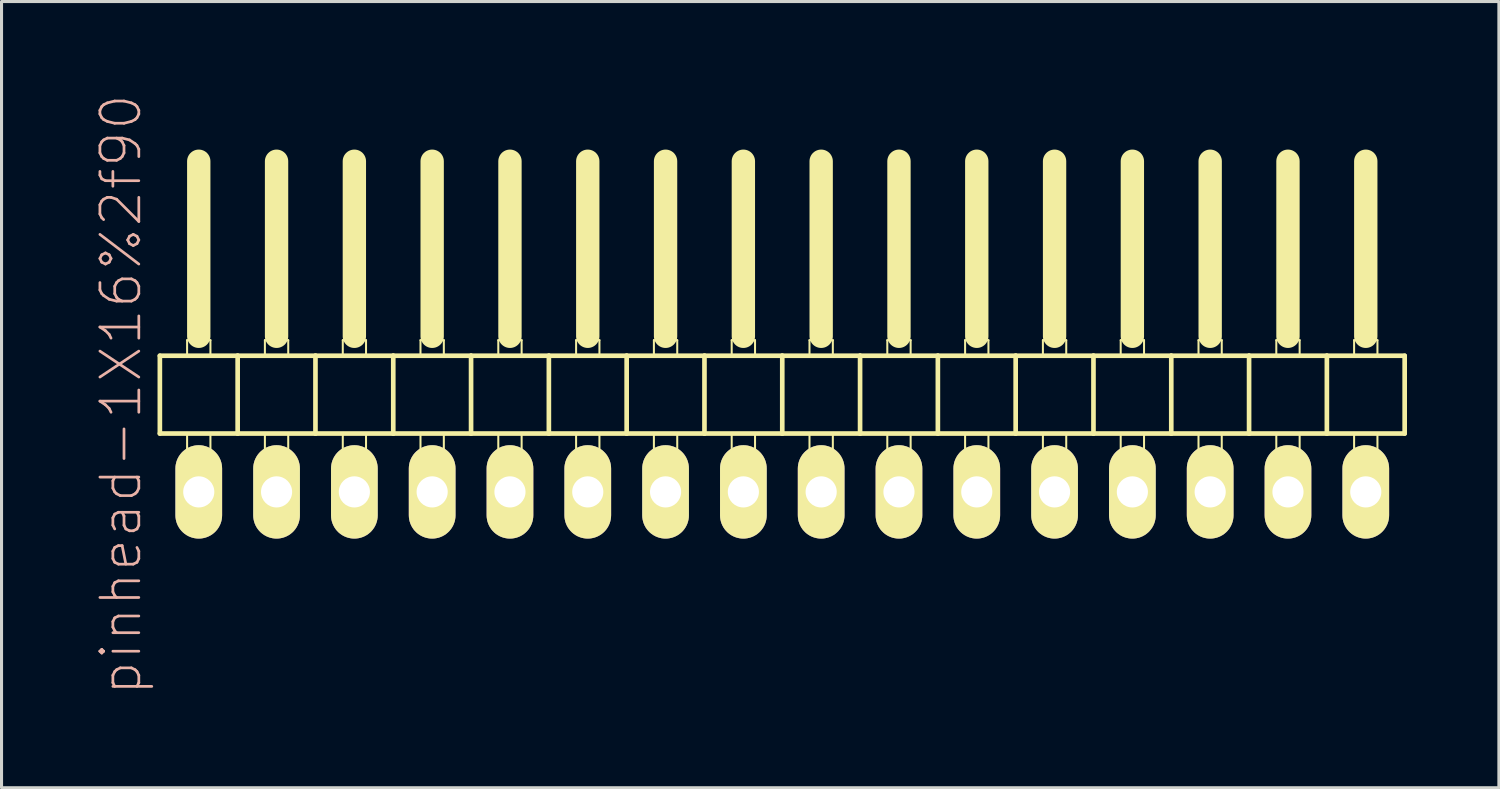
<source format=kicad_pcb>
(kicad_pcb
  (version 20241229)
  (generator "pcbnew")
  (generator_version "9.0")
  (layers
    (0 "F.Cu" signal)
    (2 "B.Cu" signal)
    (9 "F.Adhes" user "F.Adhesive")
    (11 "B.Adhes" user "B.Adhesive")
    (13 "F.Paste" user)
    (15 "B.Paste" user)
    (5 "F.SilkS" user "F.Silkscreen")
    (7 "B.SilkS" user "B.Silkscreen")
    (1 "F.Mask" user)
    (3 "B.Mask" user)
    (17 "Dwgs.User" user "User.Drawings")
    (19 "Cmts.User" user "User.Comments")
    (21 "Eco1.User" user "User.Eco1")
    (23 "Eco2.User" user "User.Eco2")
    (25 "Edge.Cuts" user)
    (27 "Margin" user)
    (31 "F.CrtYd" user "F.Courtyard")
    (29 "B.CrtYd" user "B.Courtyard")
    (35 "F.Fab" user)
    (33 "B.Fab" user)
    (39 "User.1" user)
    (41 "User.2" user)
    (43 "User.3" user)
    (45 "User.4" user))
  (footprint "pinhead-1X16%2f90"
    (layer "F.Cu")
    (at 22.489 9.199)
    (property "Reference" "pinhead-1X16%2f90" (at -21.59 0.635 90) (layer "B.SilkS") (effects (font (size 1.27 1.27) (thickness 0.089))))
    (attr exclude_from_pos_files exclude_from_bom)
    (fp_line (start -20.32 -0.635) (end -20.32 1.905) (stroke (width 0.152) (type solid)) (layer "F.SilkS"))
    (fp_line (start -20.32 1.905) (end -17.78 1.905) (stroke (width 0.152) (type solid)) (layer "F.SilkS"))
    (fp_line (start -19.431 -1.143) (end -18.669 -1.143) (stroke (width 0.066) (type solid)) (layer "F.SilkS"))
    (fp_line (start -19.431 -0.635) (end -19.431 -1.143) (stroke (width 0.066) (type solid)) (layer "F.SilkS"))
    (fp_line (start -19.431 -0.635) (end -18.669 -0.635) (stroke (width 0.066) (type solid)) (layer "F.SilkS"))
    (fp_line (start -19.431 1.905) (end -18.669 1.905) (stroke (width 0.066) (type solid)) (layer "F.SilkS"))
    (fp_line (start -19.431 2.921) (end -19.431 1.905) (stroke (width 0.066) (type solid)) (layer "F.SilkS"))
    (fp_line (start -19.431 2.921) (end -18.669 2.921) (stroke (width 0.066) (type solid)) (layer "F.SilkS"))
    (fp_line (start -19.05 -6.985) (end -19.05 -1.27) (stroke (width 0.762) (type solid)) (layer "F.SilkS"))
    (fp_line (start -18.669 -0.635) (end -18.669 -1.143) (stroke (width 0.066) (type solid)) (layer "F.SilkS"))
    (fp_line (start -18.669 2.921) (end -18.669 1.905) (stroke (width 0.066) (type solid)) (layer "F.SilkS"))
    (fp_line (start -17.78 -0.635) (end -20.32 -0.635) (stroke (width 0.152) (type solid)) (layer "F.SilkS"))
    (fp_line (start -17.78 1.905) (end -17.78 -0.635) (stroke (width 0.152) (type solid)) (layer "F.SilkS"))
    (fp_line (start -17.78 1.905) (end -15.24 1.905) (stroke (width 0.152) (type solid)) (layer "F.SilkS"))
    (fp_line (start -16.891 -1.143) (end -16.129 -1.143) (stroke (width 0.066) (type solid)) (layer "F.SilkS"))
    (fp_line (start -16.891 -0.635) (end -16.891 -1.143) (stroke (width 0.066) (type solid)) (layer "F.SilkS"))
    (fp_line (start -16.891 -0.635) (end -16.129 -0.635) (stroke (width 0.066) (type solid)) (layer "F.SilkS"))
    (fp_line (start -16.891 1.905) (end -16.129 1.905) (stroke (width 0.066) (type solid)) (layer "F.SilkS"))
    (fp_line (start -16.891 2.921) (end -16.891 1.905) (stroke (width 0.066) (type solid)) (layer "F.SilkS"))
    (fp_line (start -16.891 2.921) (end -16.129 2.921) (stroke (width 0.066) (type solid)) (layer "F.SilkS"))
    (fp_line (start -16.51 -6.985) (end -16.51 -1.27) (stroke (width 0.762) (type solid)) (layer "F.SilkS"))
    (fp_line (start -16.129 -0.635) (end -16.129 -1.143) (stroke (width 0.066) (type solid)) (layer "F.SilkS"))
    (fp_line (start -16.129 2.921) (end -16.129 1.905) (stroke (width 0.066) (type solid)) (layer "F.SilkS"))
    (fp_line (start -15.24 -0.635) (end -17.78 -0.635) (stroke (width 0.152) (type solid)) (layer "F.SilkS"))
    (fp_line (start -15.24 1.905) (end -15.24 -0.635) (stroke (width 0.152) (type solid)) (layer "F.SilkS"))
    (fp_line (start -15.24 1.905) (end -12.7 1.905) (stroke (width 0.152) (type solid)) (layer "F.SilkS"))
    (fp_line (start -14.348 -1.143) (end -13.589 -1.143) (stroke (width 0.066) (type solid)) (layer "F.SilkS"))
    (fp_line (start -14.348 -0.635) (end -14.348 -1.143) (stroke (width 0.066) (type solid)) (layer "F.SilkS"))
    (fp_line (start -14.348 -0.635) (end -13.589 -0.635) (stroke (width 0.066) (type solid)) (layer "F.SilkS"))
    (fp_line (start -14.348 1.905) (end -13.589 1.905) (stroke (width 0.066) (type solid)) (layer "F.SilkS"))
    (fp_line (start -14.348 2.921) (end -14.348 1.905) (stroke (width 0.066) (type solid)) (layer "F.SilkS"))
    (fp_line (start -14.348 2.921) (end -13.589 2.921) (stroke (width 0.066) (type solid)) (layer "F.SilkS"))
    (fp_line (start -13.97 -6.985) (end -13.97 -1.27) (stroke (width 0.762) (type solid)) (layer "F.SilkS"))
    (fp_line (start -13.589 -0.635) (end -13.589 -1.143) (stroke (width 0.066) (type solid)) (layer "F.SilkS"))
    (fp_line (start -13.589 2.921) (end -13.589 1.905) (stroke (width 0.066) (type solid)) (layer "F.SilkS"))
    (fp_line (start -12.7 -0.635) (end -15.24 -0.635) (stroke (width 0.152) (type solid)) (layer "F.SilkS"))
    (fp_line (start -12.7 1.905) (end -12.7 -0.635) (stroke (width 0.152) (type solid)) (layer "F.SilkS"))
    (fp_line (start -12.7 1.905) (end -10.16 1.905) (stroke (width 0.152) (type solid)) (layer "F.SilkS"))
    (fp_line (start -11.811 -1.143) (end -11.049 -1.143) (stroke (width 0.066) (type solid)) (layer "F.SilkS"))
    (fp_line (start -11.811 -0.635) (end -11.811 -1.143) (stroke (width 0.066) (type solid)) (layer "F.SilkS"))
    (fp_line (start -11.811 -0.635) (end -11.049 -0.635) (stroke (width 0.066) (type solid)) (layer "F.SilkS"))
    (fp_line (start -11.811 1.905) (end -11.049 1.905) (stroke (width 0.066) (type solid)) (layer "F.SilkS"))
    (fp_line (start -11.811 2.921) (end -11.811 1.905) (stroke (width 0.066) (type solid)) (layer "F.SilkS"))
    (fp_line (start -11.811 2.921) (end -11.049 2.921) (stroke (width 0.066) (type solid)) (layer "F.SilkS"))
    (fp_line (start -11.43 -6.985) (end -11.43 -1.27) (stroke (width 0.762) (type solid)) (layer "F.SilkS"))
    (fp_line (start -11.049 -0.635) (end -11.049 -1.143) (stroke (width 0.066) (type solid)) (layer "F.SilkS"))
    (fp_line (start -11.049 2.921) (end -11.049 1.905) (stroke (width 0.066) (type solid)) (layer "F.SilkS"))
    (fp_line (start -10.16 -0.635) (end -12.7 -0.635) (stroke (width 0.152) (type solid)) (layer "F.SilkS"))
    (fp_line (start -10.16 1.905) (end -10.16 -0.635) (stroke (width 0.152) (type solid)) (layer "F.SilkS"))
    (fp_line (start -10.16 1.905) (end -7.62 1.905) (stroke (width 0.152) (type solid)) (layer "F.SilkS"))
    (fp_line (start -9.271 -1.143) (end -8.509 -1.143) (stroke (width 0.066) (type solid)) (layer "F.SilkS"))
    (fp_line (start -9.271 -0.635) (end -9.271 -1.143) (stroke (width 0.066) (type solid)) (layer "F.SilkS"))
    (fp_line (start -9.271 -0.635) (end -8.509 -0.635) (stroke (width 0.066) (type solid)) (layer "F.SilkS"))
    (fp_line (start -9.271 1.905) (end -8.509 1.905) (stroke (width 0.066) (type solid)) (layer "F.SilkS"))
    (fp_line (start -9.271 2.921) (end -9.271 1.905) (stroke (width 0.066) (type solid)) (layer "F.SilkS"))
    (fp_line (start -9.271 2.921) (end -8.509 2.921) (stroke (width 0.066) (type solid)) (layer "F.SilkS"))
    (fp_line (start -8.89 -6.985) (end -8.89 -1.27) (stroke (width 0.762) (type solid)) (layer "F.SilkS"))
    (fp_line (start -8.509 -0.635) (end -8.509 -1.143) (stroke (width 0.066) (type solid)) (layer "F.SilkS"))
    (fp_line (start -8.509 2.921) (end -8.509 1.905) (stroke (width 0.066) (type solid)) (layer "F.SilkS"))
    (fp_line (start -7.62 -0.635) (end -10.16 -0.635) (stroke (width 0.152) (type solid)) (layer "F.SilkS"))
    (fp_line (start -7.62 1.905) (end -7.62 -0.635) (stroke (width 0.152) (type solid)) (layer "F.SilkS"))
    (fp_line (start -7.62 1.905) (end -5.08 1.905) (stroke (width 0.152) (type solid)) (layer "F.SilkS"))
    (fp_line (start -6.731 -1.143) (end -5.969 -1.143) (stroke (width 0.066) (type solid)) (layer "F.SilkS"))
    (fp_line (start -6.731 -0.635) (end -6.731 -1.143) (stroke (width 0.066) (type solid)) (layer "F.SilkS"))
    (fp_line (start -6.731 -0.635) (end -5.969 -0.635) (stroke (width 0.066) (type solid)) (layer "F.SilkS"))
    (fp_line (start -6.731 1.905) (end -5.969 1.905) (stroke (width 0.066) (type solid)) (layer "F.SilkS"))
    (fp_line (start -6.731 2.921) (end -6.731 1.905) (stroke (width 0.066) (type solid)) (layer "F.SilkS"))
    (fp_line (start -6.731 2.921) (end -5.969 2.921) (stroke (width 0.066) (type solid)) (layer "F.SilkS"))
    (fp_line (start -6.35 -6.985) (end -6.35 -1.27) (stroke (width 0.762) (type solid)) (layer "F.SilkS"))
    (fp_line (start -5.969 -0.635) (end -5.969 -1.143) (stroke (width 0.066) (type solid)) (layer "F.SilkS"))
    (fp_line (start -5.969 2.921) (end -5.969 1.905) (stroke (width 0.066) (type solid)) (layer "F.SilkS"))
    (fp_line (start -5.08 -0.635) (end -7.62 -0.635) (stroke (width 0.152) (type solid)) (layer "F.SilkS"))
    (fp_line (start -5.08 1.905) (end -5.08 -0.635) (stroke (width 0.152) (type solid)) (layer "F.SilkS"))
    (fp_line (start -5.08 1.905) (end -2.54 1.905) (stroke (width 0.152) (type solid)) (layer "F.SilkS"))
    (fp_line (start -4.191 -1.143) (end -3.429 -1.143) (stroke (width 0.066) (type solid)) (layer "F.SilkS"))
    (fp_line (start -4.191 -0.635) (end -4.191 -1.143) (stroke (width 0.066) (type solid)) (layer "F.SilkS"))
    (fp_line (start -4.191 -0.635) (end -3.429 -0.635) (stroke (width 0.066) (type solid)) (layer "F.SilkS"))
    (fp_line (start -4.191 1.905) (end -3.429 1.905) (stroke (width 0.066) (type solid)) (layer "F.SilkS"))
    (fp_line (start -4.191 2.921) (end -4.191 1.905) (stroke (width 0.066) (type solid)) (layer "F.SilkS"))
    (fp_line (start -4.191 2.921) (end -3.429 2.921) (stroke (width 0.066) (type solid)) (layer "F.SilkS"))
    (fp_line (start -3.81 -6.985) (end -3.81 -1.27) (stroke (width 0.762) (type solid)) (layer "F.SilkS"))
    (fp_line (start -3.429 -0.635) (end -3.429 -1.143) (stroke (width 0.066) (type solid)) (layer "F.SilkS"))
    (fp_line (start -3.429 2.921) (end -3.429 1.905) (stroke (width 0.066) (type solid)) (layer "F.SilkS"))
    (fp_line (start -2.54 -0.635) (end -5.08 -0.635) (stroke (width 0.152) (type solid)) (layer "F.SilkS"))
    (fp_line (start -2.54 1.905) (end -2.54 -0.635) (stroke (width 0.152) (type solid)) (layer "F.SilkS"))
    (fp_line (start -2.54 1.905) (end 0 1.905) (stroke (width 0.152) (type solid)) (layer "F.SilkS"))
    (fp_line (start -1.651 -1.143) (end -0.889 -1.143) (stroke (width 0.066) (type solid)) (layer "F.SilkS"))
    (fp_line (start -1.651 -0.635) (end -1.651 -1.143) (stroke (width 0.066) (type solid)) (layer "F.SilkS"))
    (fp_line (start -1.651 -0.635) (end -0.889 -0.635) (stroke (width 0.066) (type solid)) (layer "F.SilkS"))
    (fp_line (start -1.651 1.905) (end -0.889 1.905) (stroke (width 0.066) (type solid)) (layer "F.SilkS"))
    (fp_line (start -1.651 2.921) (end -1.651 1.905) (stroke (width 0.066) (type solid)) (layer "F.SilkS"))
    (fp_line (start -1.651 2.921) (end -0.889 2.921) (stroke (width 0.066) (type solid)) (layer "F.SilkS"))
    (fp_line (start -1.27 -6.985) (end -1.27 -1.27) (stroke (width 0.762) (type solid)) (layer "F.SilkS"))
    (fp_line (start -0.889 -0.635) (end -0.889 -1.143) (stroke (width 0.066) (type solid)) (layer "F.SilkS"))
    (fp_line (start -0.889 2.921) (end -0.889 1.905) (stroke (width 0.066) (type solid)) (layer "F.SilkS"))
    (fp_line (start 0 -0.635) (end -2.54 -0.635) (stroke (width 0.152) (type solid)) (layer "F.SilkS"))
    (fp_line (start 0 1.905) (end 0 -0.635) (stroke (width 0.152) (type solid)) (layer "F.SilkS"))
    (fp_line (start 0 1.905) (end 2.54 1.905) (stroke (width 0.152) (type solid)) (layer "F.SilkS"))
    (fp_line (start 0.889 -1.143) (end 1.651 -1.143) (stroke (width 0.066) (type solid)) (layer "F.SilkS"))
    (fp_line (start 0.889 -0.635) (end 0.889 -1.143) (stroke (width 0.066) (type solid)) (layer "F.SilkS"))
    (fp_line (start 0.889 -0.635) (end 1.651 -0.635) (stroke (width 0.066) (type solid)) (layer "F.SilkS"))
    (fp_line (start 0.889 1.905) (end 1.651 1.905) (stroke (width 0.066) (type solid)) (layer "F.SilkS"))
    (fp_line (start 0.889 2.921) (end 0.889 1.905) (stroke (width 0.066) (type solid)) (layer "F.SilkS"))
    (fp_line (start 0.889 2.921) (end 1.651 2.921) (stroke (width 0.066) (type solid)) (layer "F.SilkS"))
    (fp_line (start 1.27 -6.985) (end 1.27 -1.27) (stroke (width 0.762) (type solid)) (layer "F.SilkS"))
    (fp_line (start 1.651 -0.635) (end 1.651 -1.143) (stroke (width 0.066) (type solid)) (layer "F.SilkS"))
    (fp_line (start 1.651 2.921) (end 1.651 1.905) (stroke (width 0.066) (type solid)) (layer "F.SilkS"))
    (fp_line (start 2.54 -0.635) (end 0 -0.635) (stroke (width 0.152) (type solid)) (layer "F.SilkS"))
    (fp_line (start 2.54 1.905) (end 2.54 -0.635) (stroke (width 0.152) (type solid)) (layer "F.SilkS"))
    (fp_line (start 2.54 1.905) (end 5.08 1.905) (stroke (width 0.152) (type solid)) (layer "F.SilkS"))
    (fp_line (start 3.429 -1.143) (end 4.191 -1.143) (stroke (width 0.066) (type solid)) (layer "F.SilkS"))
    (fp_line (start 3.429 -0.635) (end 3.429 -1.143) (stroke (width 0.066) (type solid)) (layer "F.SilkS"))
    (fp_line (start 3.429 -0.635) (end 4.191 -0.635) (stroke (width 0.066) (type solid)) (layer "F.SilkS"))
    (fp_line (start 3.429 1.905) (end 4.191 1.905) (stroke (width 0.066) (type solid)) (layer "F.SilkS"))
    (fp_line (start 3.429 2.921) (end 3.429 1.905) (stroke (width 0.066) (type solid)) (layer "F.SilkS"))
    (fp_line (start 3.429 2.921) (end 4.191 2.921) (stroke (width 0.066) (type solid)) (layer "F.SilkS"))
    (fp_line (start 3.81 -6.985) (end 3.81 -1.27) (stroke (width 0.762) (type solid)) (layer "F.SilkS"))
    (fp_line (start 4.191 -0.635) (end 4.191 -1.143) (stroke (width 0.066) (type solid)) (layer "F.SilkS"))
    (fp_line (start 4.191 2.921) (end 4.191 1.905) (stroke (width 0.066) (type solid)) (layer "F.SilkS"))
    (fp_line (start 5.08 -0.635) (end 2.54 -0.635) (stroke (width 0.152) (type solid)) (layer "F.SilkS"))
    (fp_line (start 5.08 1.905) (end 5.08 -0.635) (stroke (width 0.152) (type solid)) (layer "F.SilkS"))
    (fp_line (start 5.08 1.905) (end 7.62 1.905) (stroke (width 0.152) (type solid)) (layer "F.SilkS"))
    (fp_line (start 5.969 -1.143) (end 6.731 -1.143) (stroke (width 0.066) (type solid)) (layer "F.SilkS"))
    (fp_line (start 5.969 -0.635) (end 5.969 -1.143) (stroke (width 0.066) (type solid)) (layer "F.SilkS"))
    (fp_line (start 5.969 -0.635) (end 6.731 -0.635) (stroke (width 0.066) (type solid)) (layer "F.SilkS"))
    (fp_line (start 5.969 1.905) (end 6.731 1.905) (stroke (width 0.066) (type solid)) (layer "F.SilkS"))
    (fp_line (start 5.969 2.921) (end 5.969 1.905) (stroke (width 0.066) (type solid)) (layer "F.SilkS"))
    (fp_line (start 5.969 2.921) (end 6.731 2.921) (stroke (width 0.066) (type solid)) (layer "F.SilkS"))
    (fp_line (start 6.35 -6.985) (end 6.35 -1.27) (stroke (width 0.762) (type solid)) (layer "F.SilkS"))
    (fp_line (start 6.731 -0.635) (end 6.731 -1.143) (stroke (width 0.066) (type solid)) (layer "F.SilkS"))
    (fp_line (start 6.731 2.921) (end 6.731 1.905) (stroke (width 0.066) (type solid)) (layer "F.SilkS"))
    (fp_line (start 7.62 -0.635) (end 5.08 -0.635) (stroke (width 0.152) (type solid)) (layer "F.SilkS"))
    (fp_line (start 7.62 1.905) (end 7.62 -0.635) (stroke (width 0.152) (type solid)) (layer "F.SilkS"))
    (fp_line (start 7.62 1.905) (end 10.16 1.905) (stroke (width 0.152) (type solid)) (layer "F.SilkS"))
    (fp_line (start 8.509 -1.143) (end 9.271 -1.143) (stroke (width 0.066) (type solid)) (layer "F.SilkS"))
    (fp_line (start 8.509 -0.635) (end 8.509 -1.143) (stroke (width 0.066) (type solid)) (layer "F.SilkS"))
    (fp_line (start 8.509 -0.635) (end 9.271 -0.635) (stroke (width 0.066) (type solid)) (layer "F.SilkS"))
    (fp_line (start 8.509 1.905) (end 9.271 1.905) (stroke (width 0.066) (type solid)) (layer "F.SilkS"))
    (fp_line (start 8.509 2.921) (end 8.509 1.905) (stroke (width 0.066) (type solid)) (layer "F.SilkS"))
    (fp_line (start 8.509 2.921) (end 9.271 2.921) (stroke (width 0.066) (type solid)) (layer "F.SilkS"))
    (fp_line (start 8.89 -6.985) (end 8.89 -1.27) (stroke (width 0.762) (type solid)) (layer "F.SilkS"))
    (fp_line (start 9.271 -0.635) (end 9.271 -1.143) (stroke (width 0.066) (type solid)) (layer "F.SilkS"))
    (fp_line (start 9.271 2.921) (end 9.271 1.905) (stroke (width 0.066) (type solid)) (layer "F.SilkS"))
    (fp_line (start 10.16 -0.635) (end 7.62 -0.635) (stroke (width 0.152) (type solid)) (layer "F.SilkS"))
    (fp_line (start 10.16 1.905) (end 10.16 -0.635) (stroke (width 0.152) (type solid)) (layer "F.SilkS"))
    (fp_line (start 10.16 1.905) (end 12.7 1.905) (stroke (width 0.152) (type solid)) (layer "F.SilkS"))
    (fp_line (start 11.049 -1.143) (end 11.811 -1.143) (stroke (width 0.066) (type solid)) (layer "F.SilkS"))
    (fp_line (start 11.049 -0.635) (end 11.049 -1.143) (stroke (width 0.066) (type solid)) (layer "F.SilkS"))
    (fp_line (start 11.049 -0.635) (end 11.811 -0.635) (stroke (width 0.066) (type solid)) (layer "F.SilkS"))
    (fp_line (start 11.049 1.905) (end 11.811 1.905) (stroke (width 0.066) (type solid)) (layer "F.SilkS"))
    (fp_line (start 11.049 2.921) (end 11.049 1.905) (stroke (width 0.066) (type solid)) (layer "F.SilkS"))
    (fp_line (start 11.049 2.921) (end 11.811 2.921) (stroke (width 0.066) (type solid)) (layer "F.SilkS"))
    (fp_line (start 11.43 -6.985) (end 11.43 -1.27) (stroke (width 0.762) (type solid)) (layer "F.SilkS"))
    (fp_line (start 11.811 -0.635) (end 11.811 -1.143) (stroke (width 0.066) (type solid)) (layer "F.SilkS"))
    (fp_line (start 11.811 2.921) (end 11.811 1.905) (stroke (width 0.066) (type solid)) (layer "F.SilkS"))
    (fp_line (start 12.7 -0.635) (end 10.16 -0.635) (stroke (width 0.152) (type solid)) (layer "F.SilkS"))
    (fp_line (start 12.7 1.905) (end 12.7 -0.635) (stroke (width 0.152) (type solid)) (layer "F.SilkS"))
    (fp_line (start 12.7 1.905) (end 15.24 1.905) (stroke (width 0.152) (type solid)) (layer "F.SilkS"))
    (fp_line (start 13.589 -1.143) (end 14.348 -1.143) (stroke (width 0.066) (type solid)) (layer "F.SilkS"))
    (fp_line (start 13.589 -0.635) (end 13.589 -1.143) (stroke (width 0.066) (type solid)) (layer "F.SilkS"))
    (fp_line (start 13.589 -0.635) (end 14.348 -0.635) (stroke (width 0.066) (type solid)) (layer "F.SilkS"))
    (fp_line (start 13.589 1.905) (end 14.348 1.905) (stroke (width 0.066) (type solid)) (layer "F.SilkS"))
    (fp_line (start 13.589 2.921) (end 13.589 1.905) (stroke (width 0.066) (type solid)) (layer "F.SilkS"))
    (fp_line (start 13.589 2.921) (end 14.348 2.921) (stroke (width 0.066) (type solid)) (layer "F.SilkS"))
    (fp_line (start 13.97 -6.985) (end 13.97 -1.27) (stroke (width 0.762) (type solid)) (layer "F.SilkS"))
    (fp_line (start 14.348 -0.635) (end 14.348 -1.143) (stroke (width 0.066) (type solid)) (layer "F.SilkS"))
    (fp_line (start 14.348 2.921) (end 14.348 1.905) (stroke (width 0.066) (type solid)) (layer "F.SilkS"))
    (fp_line (start 15.24 -0.635) (end 12.7 -0.635) (stroke (width 0.152) (type solid)) (layer "F.SilkS"))
    (fp_line (start 15.24 1.905) (end 15.24 -0.635) (stroke (width 0.152) (type solid)) (layer "F.SilkS"))
    (fp_line (start 15.24 1.905) (end 17.78 1.905) (stroke (width 0.152) (type solid)) (layer "F.SilkS"))
    (fp_line (start 16.129 -1.143) (end 16.891 -1.143) (stroke (width 0.066) (type solid)) (layer "F.SilkS"))
    (fp_line (start 16.129 -0.635) (end 16.129 -1.143) (stroke (width 0.066) (type solid)) (layer "F.SilkS"))
    (fp_line (start 16.129 -0.635) (end 16.891 -0.635) (stroke (width 0.066) (type solid)) (layer "F.SilkS"))
    (fp_line (start 16.129 1.905) (end 16.891 1.905) (stroke (width 0.066) (type solid)) (layer "F.SilkS"))
    (fp_line (start 16.129 2.921) (end 16.129 1.905) (stroke (width 0.066) (type solid)) (layer "F.SilkS"))
    (fp_line (start 16.129 2.921) (end 16.891 2.921) (stroke (width 0.066) (type solid)) (layer "F.SilkS"))
    (fp_line (start 16.51 -6.985) (end 16.51 -1.27) (stroke (width 0.762) (type solid)) (layer "F.SilkS"))
    (fp_line (start 16.891 -0.635) (end 16.891 -1.143) (stroke (width 0.066) (type solid)) (layer "F.SilkS"))
    (fp_line (start 16.891 2.921) (end 16.891 1.905) (stroke (width 0.066) (type solid)) (layer "F.SilkS"))
    (fp_line (start 17.78 -0.635) (end 15.24 -0.635) (stroke (width 0.152) (type solid)) (layer "F.SilkS"))
    (fp_line (start 17.78 1.905) (end 17.78 -0.635) (stroke (width 0.152) (type solid)) (layer "F.SilkS"))
    (fp_line (start 17.78 1.905) (end 20.32 1.905) (stroke (width 0.152) (type solid)) (layer "F.SilkS"))
    (fp_line (start 18.669 -1.143) (end 19.431 -1.143) (stroke (width 0.066) (type solid)) (layer "F.SilkS"))
    (fp_line (start 18.669 -0.635) (end 18.669 -1.143) (stroke (width 0.066) (type solid)) (layer "F.SilkS"))
    (fp_line (start 18.669 -0.635) (end 19.431 -0.635) (stroke (width 0.066) (type solid)) (layer "F.SilkS"))
    (fp_line (start 18.669 1.905) (end 19.431 1.905) (stroke (width 0.066) (type solid)) (layer "F.SilkS"))
    (fp_line (start 18.669 2.921) (end 18.669 1.905) (stroke (width 0.066) (type solid)) (layer "F.SilkS"))
    (fp_line (start 18.669 2.921) (end 19.431 2.921) (stroke (width 0.066) (type solid)) (layer "F.SilkS"))
    (fp_line (start 19.05 -6.985) (end 19.05 -1.27) (stroke (width 0.762) (type solid)) (layer "F.SilkS"))
    (fp_line (start 19.431 -0.635) (end 19.431 -1.143) (stroke (width 0.066) (type solid)) (layer "F.SilkS"))
    (fp_line (start 19.431 2.921) (end 19.431 1.905) (stroke (width 0.066) (type solid)) (layer "F.SilkS"))
    (fp_line (start 20.32 -0.635) (end 17.78 -0.635) (stroke (width 0.152) (type solid)) (layer "F.SilkS"))
    (fp_line (start 20.32 1.905) (end 20.32 -0.635) (stroke (width 0.152) (type solid)) (layer "F.SilkS"))
    (pad "1" thru_hole oval (at -19.05 3.81) (size 1.524 3.048) (drill 1.016) (layers "*.Cu" "F.Mask" "F.SilkS" "F.Paste"))
    (pad "2" thru_hole oval (at -16.51 3.81) (size 1.524 3.048) (drill 1.016) (layers "*.Cu" "F.Mask" "F.SilkS" "F.Paste"))
    (pad "3" thru_hole oval (at -13.97 3.81) (size 1.524 3.048) (drill 1.016) (layers "*.Cu" "F.Mask" "F.SilkS" "F.Paste"))
    (pad "4" thru_hole oval (at -11.43 3.81) (size 1.524 3.048) (drill 1.016) (layers "*.Cu" "F.Mask" "F.SilkS" "F.Paste"))
    (pad "5" thru_hole oval (at -8.89 3.81) (size 1.524 3.048) (drill 1.016) (layers "*.Cu" "F.Mask" "F.SilkS" "F.Paste"))
    (pad "6" thru_hole oval (at -6.35 3.81) (size 1.524 3.048) (drill 1.016) (layers "*.Cu" "F.Mask" "F.SilkS" "F.Paste"))
    (pad "7" thru_hole oval (at -3.81 3.81) (size 1.524 3.048) (drill 1.016) (layers "*.Cu" "F.Mask" "F.SilkS" "F.Paste"))
    (pad "8" thru_hole oval (at -1.27 3.81) (size 1.524 3.048) (drill 1.016) (layers "*.Cu" "F.Mask" "F.SilkS" "F.Paste"))
    (pad "9" thru_hole oval (at 1.27 3.81) (size 1.524 3.048) (drill 1.016) (layers "*.Cu" "F.Mask" "F.SilkS" "F.Paste"))
    (pad "10" thru_hole oval (at 3.81 3.81) (size 1.524 3.048) (drill 1.016) (layers "*.Cu" "F.Mask" "F.SilkS" "F.Paste"))
    (pad "11" thru_hole oval (at 6.35 3.81) (size 1.524 3.048) (drill 1.016) (layers "*.Cu" "F.Mask" "F.SilkS" "F.Paste"))
    (pad "12" thru_hole oval (at 8.89 3.81) (size 1.524 3.048) (drill 1.016) (layers "*.Cu" "F.Mask" "F.SilkS" "F.Paste"))
    (pad "13" thru_hole oval (at 11.43 3.81) (size 1.524 3.048) (drill 1.016) (layers "*.Cu" "F.Mask" "F.SilkS" "F.Paste"))
    (pad "14" thru_hole oval (at 13.97 3.81) (size 1.524 3.048) (drill 1.016) (layers "*.Cu" "F.Mask" "F.SilkS" "F.Paste"))
    (pad "15" thru_hole oval (at 16.51 3.81) (size 1.524 3.048) (drill 1.016) (layers "*.Cu" "F.Mask" "F.SilkS" "F.Paste"))
    (pad "16" thru_hole oval (at 19.05 3.81) (size 1.524 3.048) (drill 1.016) (layers "*.Cu" "F.Mask" "F.SilkS" "F.Paste")))
  (gr_rect
    (start -3 -3)
    (end 45.885 22.667)
    (stroke (width 0.1) (type default))
    (fill no)
    (layer "Edge.Cuts")))
</source>
